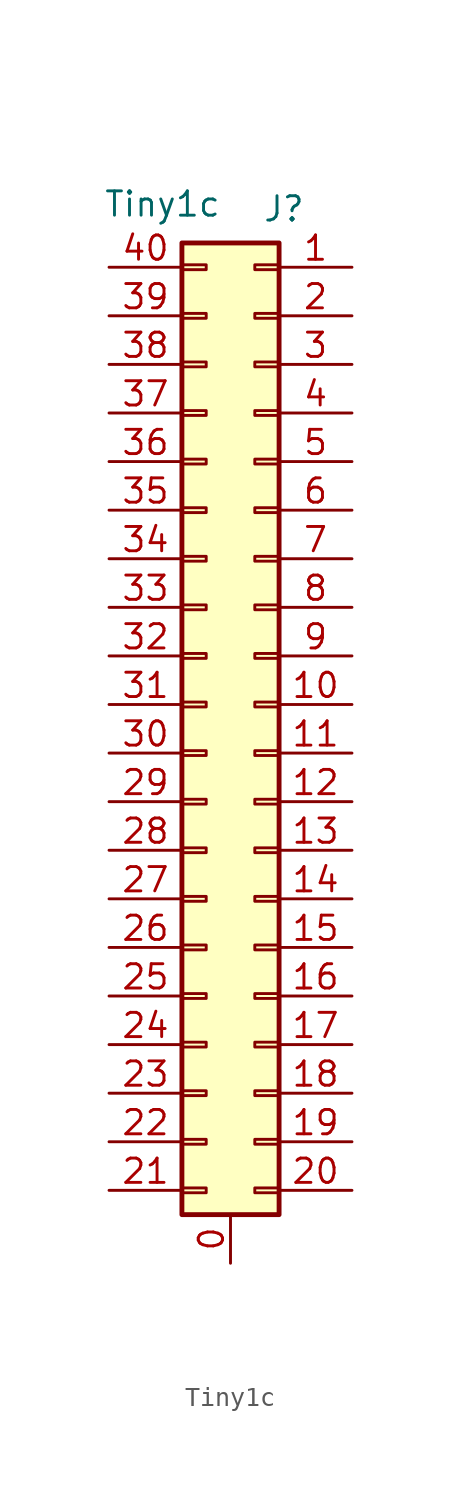
<source format=kicad_sym>
(kicad_symbol_lib
  (version 20241209)
  (generator "kicad_symbol_editor")
  (generator_version "9.0")
  (symbol "Tiny1c"
    (pin_names
      (offset 1.016)
      (hide yes))
    (property "Reference" "J"
      (at 2.794 25.908 0)
      (effects (font (size 1.27 1.27))))
    (property "Value" "Tiny1c"
      (at -3.556 26.162 0)
      (effects (font (size 1.27 1.27))))
    (symbol "Tiny1c_1_1"
      (rectangle (start -2.54 24.13) (end 2.54 -26.67) (stroke (width 0.254) (type default)) (fill (type background)))
      (rectangle (start -2.54 22.987) (end -1.27 22.733) (stroke (width 0.152) (type default)) (fill (type none)))
      (rectangle (start -2.54 20.447) (end -1.27 20.193) (stroke (width 0.152) (type default)) (fill (type none)))
      (rectangle (start -2.54 17.907) (end -1.27 17.653) (stroke (width 0.152) (type default)) (fill (type none)))
      (rectangle (start -2.54 15.367) (end -1.27 15.113) (stroke (width 0.152) (type default)) (fill (type none)))
      (rectangle (start -2.54 12.827) (end -1.27 12.573) (stroke (width 0.152) (type default)) (fill (type none)))
      (rectangle (start -2.54 10.287) (end -1.27 10.033) (stroke (width 0.152) (type default)) (fill (type none)))
      (rectangle (start -2.54 7.747) (end -1.27 7.493) (stroke (width 0.152) (type default)) (fill (type none)))
      (rectangle (start -2.54 5.207) (end -1.27 4.953) (stroke (width 0.152) (type default)) (fill (type none)))
      (rectangle (start -2.54 2.667) (end -1.27 2.413) (stroke (width 0.152) (type default)) (fill (type none)))
      (rectangle (start -2.54 0.127) (end -1.27 -0.127) (stroke (width 0.152) (type default)) (fill (type none)))
      (rectangle (start -2.54 -2.413) (end -1.27 -2.667) (stroke (width 0.152) (type default)) (fill (type none)))
      (rectangle (start -2.54 -4.953) (end -1.27 -5.207) (stroke (width 0.152) (type default)) (fill (type none)))
      (rectangle (start -2.54 -7.493) (end -1.27 -7.747) (stroke (width 0.152) (type default)) (fill (type none)))
      (rectangle (start -2.54 -10.033) (end -1.27 -10.287) (stroke (width 0.152) (type default)) (fill (type none)))
      (rectangle (start -2.54 -12.573) (end -1.27 -12.827) (stroke (width 0.152) (type default)) (fill (type none)))
      (rectangle (start -2.54 -15.113) (end -1.27 -15.367) (stroke (width 0.152) (type default)) (fill (type none)))
      (rectangle (start -2.54 -17.653) (end -1.27 -17.907) (stroke (width 0.152) (type default)) (fill (type none)))
      (rectangle (start -2.54 -20.193) (end -1.27 -20.447) (stroke (width 0.152) (type default)) (fill (type none)))
      (rectangle (start -2.54 -22.733) (end -1.27 -22.987) (stroke (width 0.152) (type default)) (fill (type none)))
      (rectangle (start -2.54 -25.273) (end -1.27 -25.527) (stroke (width 0.152) (type default)) (fill (type none)))
      (rectangle (start 2.54 22.987) (end 1.27 22.733) (stroke (width 0.152) (type default)) (fill (type none)))
      (rectangle (start 2.54 20.447) (end 1.27 20.193) (stroke (width 0.152) (type default)) (fill (type none)))
      (rectangle (start 2.54 17.907) (end 1.27 17.653) (stroke (width 0.152) (type default)) (fill (type none)))
      (rectangle (start 2.54 15.367) (end 1.27 15.113) (stroke (width 0.152) (type default)) (fill (type none)))
      (rectangle (start 2.54 12.827) (end 1.27 12.573) (stroke (width 0.152) (type default)) (fill (type none)))
      (rectangle (start 2.54 10.287) (end 1.27 10.033) (stroke (width 0.152) (type default)) (fill (type none)))
      (rectangle (start 2.54 7.747) (end 1.27 7.493) (stroke (width 0.152) (type default)) (fill (type none)))
      (rectangle (start 2.54 5.207) (end 1.27 4.953) (stroke (width 0.152) (type default)) (fill (type none)))
      (rectangle (start 2.54 2.667) (end 1.27 2.413) (stroke (width 0.152) (type default)) (fill (type none)))
      (rectangle (start 2.54 0.127) (end 1.27 -0.127) (stroke (width 0.152) (type default)) (fill (type none)))
      (rectangle (start 2.54 -2.413) (end 1.27 -2.667) (stroke (width 0.152) (type default)) (fill (type none)))
      (rectangle (start 2.54 -4.953) (end 1.27 -5.207) (stroke (width 0.152) (type default)) (fill (type none)))
      (rectangle (start 2.54 -7.493) (end 1.27 -7.747) (stroke (width 0.152) (type default)) (fill (type none)))
      (rectangle (start 2.54 -10.033) (end 1.27 -10.287) (stroke (width 0.152) (type default)) (fill (type none)))
      (rectangle (start 2.54 -12.573) (end 1.27 -12.827) (stroke (width 0.152) (type default)) (fill (type none)))
      (rectangle (start 2.54 -15.113) (end 1.27 -15.367) (stroke (width 0.152) (type default)) (fill (type none)))
      (rectangle (start 2.54 -17.653) (end 1.27 -17.907) (stroke (width 0.152) (type default)) (fill (type none)))
      (rectangle (start 2.54 -20.193) (end 1.27 -20.447) (stroke (width 0.152) (type default)) (fill (type none)))
      (rectangle (start 2.54 -22.733) (end 1.27 -22.987) (stroke (width 0.152) (type default)) (fill (type none)))
      (rectangle (start 2.54 -25.273) (end 1.27 -25.527) (stroke (width 0.152) (type default)) (fill (type none)))
      (pin passive line (at -6.35 22.86 0) (length 3.81) (name "Pin_40" (effects (font (size 1.27 1.27)))) (number "40" (effects (font (size 1.27 1.27)))))
      (pin passive line (at -6.35 20.32 0) (length 3.81) (name "Pin_39" (effects (font (size 1.27 1.27)))) (number "39" (effects (font (size 1.27 1.27)))))
      (pin passive line (at -6.35 17.78 0) (length 3.81) (name "Pin_38" (effects (font (size 1.27 1.27)))) (number "38" (effects (font (size 1.27 1.27)))))
      (pin passive line (at -6.35 15.24 0) (length 3.81) (name "Pin_37" (effects (font (size 1.27 1.27)))) (number "37" (effects (font (size 1.27 1.27)))))
      (pin passive line (at -6.35 12.7 0) (length 3.81) (name "Pin_36" (effects (font (size 1.27 1.27)))) (number "36" (effects (font (size 1.27 1.27)))))
      (pin passive line (at -6.35 10.16 0) (length 3.81) (name "Pin_35" (effects (font (size 1.27 1.27)))) (number "35" (effects (font (size 1.27 1.27)))))
      (pin passive line (at -6.35 7.62 0) (length 3.81) (name "Pin_34" (effects (font (size 1.27 1.27)))) (number "34" (effects (font (size 1.27 1.27)))))
      (pin passive line (at -6.35 5.08 0) (length 3.81) (name "Pin_33" (effects (font (size 1.27 1.27)))) (number "33" (effects (font (size 1.27 1.27)))))
      (pin passive line (at -6.35 2.54 0) (length 3.81) (name "Pin_32" (effects (font (size 1.27 1.27)))) (number "32" (effects (font (size 1.27 1.27)))))
      (pin passive line (at -6.35 0 0) (length 3.81) (name "Pin_31" (effects (font (size 1.27 1.27)))) (number "31" (effects (font (size 1.27 1.27)))))
      (pin passive line (at -6.35 -2.54 0) (length 3.81) (name "Pin_30" (effects (font (size 1.27 1.27)))) (number "30" (effects (font (size 1.27 1.27)))))
      (pin passive line (at -6.35 -5.08 0) (length 3.81) (name "Pin_29" (effects (font (size 1.27 1.27)))) (number "29" (effects (font (size 1.27 1.27)))))
      (pin passive line (at -6.35 -7.62 0) (length 3.81) (name "Pin_28" (effects (font (size 1.27 1.27)))) (number "28" (effects (font (size 1.27 1.27)))))
      (pin passive line (at -6.35 -10.16 0) (length 3.81) (name "Pin_27" (effects (font (size 1.27 1.27)))) (number "27" (effects (font (size 1.27 1.27)))))
      (pin passive line (at -6.35 -12.7 0) (length 3.81) (name "Pin_26" (effects (font (size 1.27 1.27)))) (number "26" (effects (font (size 1.27 1.27)))))
      (pin passive line (at -6.35 -15.24 0) (length 3.81) (name "Pin_25" (effects (font (size 1.27 1.27)))) (number "25" (effects (font (size 1.27 1.27)))))
      (pin passive line (at -6.35 -17.78 0) (length 3.81) (name "Pin_24" (effects (font (size 1.27 1.27)))) (number "24" (effects (font (size 1.27 1.27)))))
      (pin passive line (at -6.35 -20.32 0) (length 3.81) (name "Pin_23" (effects (font (size 1.27 1.27)))) (number "23" (effects (font (size 1.27 1.27)))))
      (pin passive line (at -6.35 -22.86 0) (length 3.81) (name "Pin_22" (effects (font (size 1.27 1.27)))) (number "22" (effects (font (size 1.27 1.27)))))
      (pin passive line (at -6.35 -25.4 0) (length 3.81) (name "Pin_21" (effects (font (size 1.27 1.27)))) (number "21" (effects (font (size 1.27 1.27)))))
      (pin input line (at 0 -29.21 90) (length 2.54) (name "0" (effects (font (size 1.27 1.27)))) (number "0" (effects (font (size 1.27 1.27)))))
      (pin passive line (at 6.35 22.86 180) (length 3.81) (name "Pin_1" (effects (font (size 1.27 1.27)))) (number "1" (effects (font (size 1.27 1.27)))))
      (pin passive line (at 6.35 20.32 180) (length 3.81) (name "Pin_2" (effects (font (size 1.27 1.27)))) (number "2" (effects (font (size 1.27 1.27)))))
      (pin passive line (at 6.35 17.78 180) (length 3.81) (name "Pin_3" (effects (font (size 1.27 1.27)))) (number "3" (effects (font (size 1.27 1.27)))))
      (pin passive line (at 6.35 15.24 180) (length 3.81) (name "Pin_4" (effects (font (size 1.27 1.27)))) (number "4" (effects (font (size 1.27 1.27)))))
      (pin passive line (at 6.35 12.7 180) (length 3.81) (name "Pin_5" (effects (font (size 1.27 1.27)))) (number "5" (effects (font (size 1.27 1.27)))))
      (pin passive line (at 6.35 10.16 180) (length 3.81) (name "Pin_6" (effects (font (size 1.27 1.27)))) (number "6" (effects (font (size 1.27 1.27)))))
      (pin passive line (at 6.35 7.62 180) (length 3.81) (name "Pin_7" (effects (font (size 1.27 1.27)))) (number "7" (effects (font (size 1.27 1.27)))))
      (pin passive line (at 6.35 5.08 180) (length 3.81) (name "Pin_8" (effects (font (size 1.27 1.27)))) (number "8" (effects (font (size 1.27 1.27)))))
      (pin passive line (at 6.35 2.54 180) (length 3.81) (name "Pin_9" (effects (font (size 1.27 1.27)))) (number "9" (effects (font (size 1.27 1.27)))))
      (pin passive line (at 6.35 0 180) (length 3.81) (name "Pin_10" (effects (font (size 1.27 1.27)))) (number "10" (effects (font (size 1.27 1.27)))))
      (pin passive line (at 6.35 -2.54 180) (length 3.81) (name "Pin_11" (effects (font (size 1.27 1.27)))) (number "11" (effects (font (size 1.27 1.27)))))
      (pin passive line (at 6.35 -5.08 180) (length 3.81) (name "Pin_12" (effects (font (size 1.27 1.27)))) (number "12" (effects (font (size 1.27 1.27)))))
      (pin passive line (at 6.35 -7.62 180) (length 3.81) (name "Pin_13" (effects (font (size 1.27 1.27)))) (number "13" (effects (font (size 1.27 1.27)))))
      (pin passive line (at 6.35 -10.16 180) (length 3.81) (name "Pin_14" (effects (font (size 1.27 1.27)))) (number "14" (effects (font (size 1.27 1.27)))))
      (pin passive line (at 6.35 -12.7 180) (length 3.81) (name "Pin_15" (effects (font (size 1.27 1.27)))) (number "15" (effects (font (size 1.27 1.27)))))
      (pin passive line (at 6.35 -15.24 180) (length 3.81) (name "Pin_16" (effects (font (size 1.27 1.27)))) (number "16" (effects (font (size 1.27 1.27)))))
      (pin passive line (at 6.35 -17.78 180) (length 3.81) (name "Pin_17" (effects (font (size 1.27 1.27)))) (number "17" (effects (font (size 1.27 1.27)))))
      (pin passive line (at 6.35 -20.32 180) (length 3.81) (name "Pin_18" (effects (font (size 1.27 1.27)))) (number "18" (effects (font (size 1.27 1.27)))))
      (pin passive line (at 6.35 -22.86 180) (length 3.81) (name "Pin_19" (effects (font (size 1.27 1.27)))) (number "19" (effects (font (size 1.27 1.27)))))
      (pin passive line (at 6.35 -25.4 180) (length 3.81) (name "Pin_20" (effects (font (size 1.27 1.27)))) (number "20" (effects (font (size 1.27 1.27))))))))
</source>
